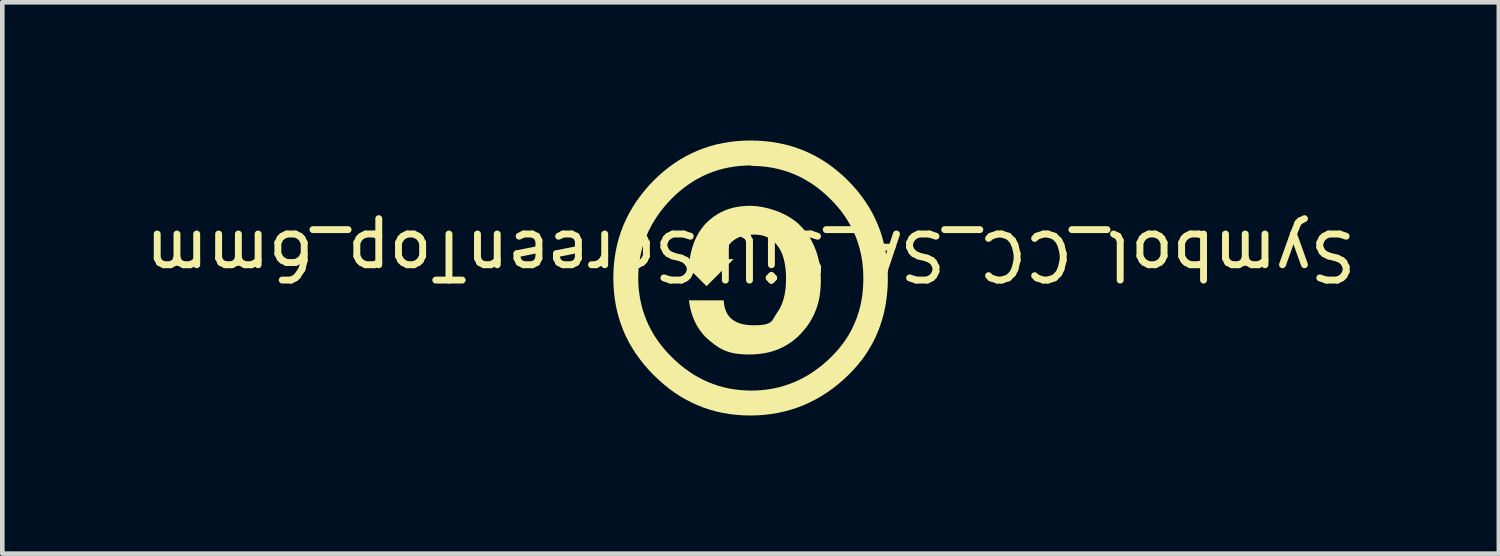
<source format=kicad_pcb>
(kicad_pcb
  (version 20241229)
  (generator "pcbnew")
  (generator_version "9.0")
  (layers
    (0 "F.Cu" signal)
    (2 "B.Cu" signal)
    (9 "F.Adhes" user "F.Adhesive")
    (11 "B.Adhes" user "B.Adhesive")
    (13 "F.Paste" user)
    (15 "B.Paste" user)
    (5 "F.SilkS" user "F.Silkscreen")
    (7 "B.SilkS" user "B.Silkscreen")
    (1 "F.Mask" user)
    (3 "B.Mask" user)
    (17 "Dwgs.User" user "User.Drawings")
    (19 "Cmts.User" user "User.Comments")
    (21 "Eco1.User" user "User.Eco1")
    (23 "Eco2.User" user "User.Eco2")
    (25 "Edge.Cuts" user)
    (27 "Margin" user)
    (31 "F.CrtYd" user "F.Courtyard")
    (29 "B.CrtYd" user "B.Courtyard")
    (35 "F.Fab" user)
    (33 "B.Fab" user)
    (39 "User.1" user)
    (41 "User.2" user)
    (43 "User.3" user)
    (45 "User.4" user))
  (footprint "Symbol_CC_SA_SilkScreenTop_6mm"
    (layer "F.Cu")
    (at 13.244 2.985)
    (property "Reference" "Symbol_CC_SA_SilkScreenTop_6mm" (at 0 -0.5 180) (unlocked yes) (layer "F.SilkS") (effects (font (size 1 1) (thickness 0.15))))
    (attr board_only exclude_from_pos_files exclude_from_bom allow_missing_courtyard)
    (fp_poly (pts (xy 0.151 -2.981) (xy 0.304 -2.971) (xy 0.453 -2.954) (xy 0.599 -2.93) (xy 0.742 -2.9) (xy 0.882 -2.863) (xy 1.018 -2.818) (xy 1.152 -2.768) (xy 1.282 -2.71) (xy 1.41 -2.646) (xy 1.534 -2.575) (xy 1.656 -2.497) (xy 1.774 -2.412) (xy 1.89 -2.32) (xy 2.003 -2.222) (xy 2.112 -2.117) (xy 2.217 -2.007) (xy 2.316 -1.895) (xy 2.407 -1.779) (xy 2.492 -1.66) (xy 2.57 -1.539) (xy 2.641 -1.414) (xy 2.705 -1.287) (xy 2.763 -1.156) (xy 2.814 -1.023) (xy 2.858 -0.886) (xy 2.895 -0.747) (xy 2.926 -0.604) (xy 2.949 -0.458) (xy 2.966 -0.308) (xy 2.976 -0.156) (xy 2.98 0) (xy 2.977 0.156) (xy 2.967 0.308) (xy 2.95 0.457) (xy 2.927 0.603) (xy 2.898 0.746) (xy 2.861 0.885) (xy 2.818 1.021) (xy 2.769 1.154) (xy 2.713 1.284) (xy 2.65 1.41) (xy 2.58 1.533) (xy 2.504 1.653) (xy 2.421 1.769) (xy 2.331 1.882) (xy 2.234 1.992) (xy 2.131 2.098) (xy 2.018 2.205) (xy 1.902 2.305) (xy 1.783 2.398) (xy 1.661 2.485) (xy 1.537 2.564) (xy 1.409 2.637) (xy 1.28 2.703) (xy 1.147 2.762) (xy 1.012 2.814) (xy 0.874 2.859) (xy 0.734 2.897) (xy 0.591 2.929) (xy 0.446 2.953) (xy 0.298 2.971) (xy 0.148 2.981) (xy -0.005 2.985) (xy -0.157 2.981) (xy -0.306 2.971) (xy -0.453 2.954) (xy -0.596 2.93) (xy -0.737 2.9) (xy -0.874 2.862) (xy -1.009 2.818) (xy -1.141 2.766) (xy -1.271 2.708) (xy -1.397 2.643) (xy -1.521 2.572) (xy -1.643 2.493) (xy -1.762 2.407) (xy -1.878 2.314) (xy -1.992 2.214) (xy -2.103 2.108) (xy -2.21 1.996) (xy -2.31 1.882) (xy -2.402 1.765) (xy -2.488 1.646) (xy -2.567 1.524) (xy -2.639 1.399) (xy -2.704 1.272) (xy -2.762 1.141) (xy -2.813 1.008) (xy -2.857 0.873) (xy -2.895 0.734) (xy -2.925 0.593) (xy -2.949 0.449) (xy -2.966 0.302) (xy -2.976 0.152) (xy -2.98 0) (xy -2.439 0) (xy -2.436 0.122) (xy -2.428 0.242) (xy -2.413 0.36) (xy -2.393 0.477) (xy -2.368 0.592) (xy -2.337 0.704) (xy -2.3 0.815) (xy -2.257 0.924) (xy -2.209 1.031) (xy -2.155 1.136) (xy -2.095 1.239) (xy -2.03 1.339) (xy -1.959 1.437) (xy -1.882 1.533) (xy -1.8 1.626) (xy -1.711 1.716) (xy -1.619 1.804) (xy -1.525 1.887) (xy -1.429 1.963) (xy -1.33 2.034) (xy -1.23 2.1) (xy -1.127 2.159) (xy -1.022 2.213) (xy -0.915 2.262) (xy -0.806 2.304) (xy -0.695 2.341) (xy -0.582 2.373) (xy -0.467 2.398) (xy -0.35 2.418) (xy -0.23 2.432) (xy -0.109 2.441) (xy 0.014 2.444) (xy 0.137 2.441) (xy 0.258 2.432) (xy 0.378 2.418) (xy 0.495 2.398) (xy 0.61 2.373) (xy 0.724 2.341) (xy 0.835 2.304) (xy 0.944 2.262) (xy 1.052 2.213) (xy 1.157 2.159) (xy 1.261 2.1) (xy 1.362 2.034) (xy 1.462 1.963) (xy 1.559 1.887) (xy 1.655 1.804) (xy 1.749 1.716) (xy 1.833 1.629) (xy 1.913 1.539) (xy 1.986 1.447) (xy 2.055 1.352) (xy 2.118 1.255) (xy 2.175 1.155) (xy 2.227 1.052) (xy 2.273 0.947) (xy 2.314 0.839) (xy 2.35 0.728) (xy 2.38 0.615) (xy 2.405 0.499) (xy 2.424 0.38) (xy 2.437 0.259) (xy 2.445 0.136) (xy 2.448 0.009) (xy 2.445 -0.117) (xy 2.437 -0.241) (xy 2.423 -0.363) (xy 2.403 -0.482) (xy 2.377 -0.599) (xy 2.346 -0.713) (xy 2.31 -0.825) (xy 2.268 -0.934) (xy 2.22 -1.041) (xy 2.166 -1.145) (xy 2.107 -1.246) (xy 2.043 -1.346) (xy 1.973 -1.442) (xy 1.897 -1.536) (xy 1.817 -1.627) (xy 1.73 -1.716) (xy 1.64 -1.803) (xy 1.547 -1.884) (xy 1.453 -1.959) (xy 1.356 -2.029) (xy 1.256 -2.093) (xy 1.155 -2.152) (xy 1.051 -2.206) (xy 0.944 -2.254) (xy 0.836 -2.296) (xy 0.724 -2.332) (xy 0.611 -2.363) (xy 0.495 -2.389) (xy 0.376 -2.409) (xy 0.255 -2.423) (xy 0.131 -2.431) (xy 0.005 -2.434) (xy 0.014 -2.444) (xy -0.112 -2.441) (xy -0.236 -2.432) (xy -0.357 -2.418) (xy -0.476 -2.398) (xy -0.592 -2.373) (xy -0.706 -2.342) (xy -0.817 -2.305) (xy -0.926 -2.263) (xy -1.032 -2.215) (xy -1.136 -2.162) (xy -1.238 -2.103) (xy -1.337 -2.038) (xy -1.434 -1.968) (xy -1.529 -1.893) (xy -1.621 -1.812) (xy -1.711 -1.725) (xy -1.8 -1.632) (xy -1.882 -1.536) (xy -1.959 -1.439) (xy -2.03 -1.339) (xy -2.095 -1.238) (xy -2.155 -1.134) (xy -2.209 -1.029) (xy -2.257 -0.922) (xy -2.3 -0.813) (xy -2.337 -0.702) (xy -2.368 -0.59) (xy -2.393 -0.476) (xy -2.413 -0.359) (xy -2.428 -0.241) (xy -2.436 -0.122) (xy -2.439 0) (xy -2.98 0) (xy -2.976 -0.152) (xy -2.966 -0.302) (xy -2.949 -0.449) (xy -2.925 -0.593) (xy -2.895 -0.734) (xy -2.857 -0.873) (xy -2.813 -1.009) (xy -2.762 -1.143) (xy -2.704 -1.273) (xy -2.639 -1.401) (xy -2.567 -1.527) (xy -2.488 -1.65) (xy -2.402 -1.77) (xy -2.31 -1.888) (xy -2.21 -2.004) (xy -2.103 -2.117) (xy -1.993 -2.222) (xy -1.881 -2.32) (xy -1.765 -2.412) (xy -1.647 -2.497) (xy -1.526 -2.575) (xy -1.401 -2.646) (xy -1.275 -2.71) (xy -1.145 -2.768) (xy -1.012 -2.818) (xy -0.877 -2.863) (xy -0.739 -2.9) (xy -0.597 -2.93) (xy -0.454 -2.954) (xy -0.307 -2.971) (xy -0.157 -2.981) (xy -0.005 -2.985)) (stroke (width -0.000001) (type solid)) (fill yes) (layer "F.SilkS"))
    (fp_poly (pts (xy 0.051 -1.565) (xy 0.119 -1.56) (xy 0.19 -1.551) (xy 0.263 -1.539) (xy 0.338 -1.523) (xy 0.414 -1.503) (xy 0.49 -1.48) (xy 0.567 -1.454) (xy 0.642 -1.424) (xy 0.717 -1.39) (xy 0.789 -1.352) (xy 0.86 -1.311) (xy 0.927 -1.266) (xy 0.991 -1.218) (xy 1.05 -1.166) (xy 1.105 -1.11) (xy 1.156 -1.053) (xy 1.204 -0.994) (xy 1.248 -0.932) (xy 1.289 -0.869) (xy 1.327 -0.803) (xy 1.361 -0.735) (xy 1.392 -0.665) (xy 1.42 -0.593) (xy 1.445 -0.519) (xy 1.466 -0.443) (xy 1.484 -0.365) (xy 1.499 -0.285) (xy 1.51 -0.203) (xy 1.518 -0.118) (xy 1.523 -0.032) (xy 1.525 0.056) (xy 1.523 0.144) (xy 1.518 0.229) (xy 1.51 0.312) (xy 1.499 0.393) (xy 1.484 0.471) (xy 1.465 0.547) (xy 1.444 0.621) (xy 1.419 0.692) (xy 1.39 0.762) (xy 1.359 0.83) (xy 1.323 0.896) (xy 1.285 0.961) (xy 1.243 1.024) (xy 1.197 1.085) (xy 1.148 1.145) (xy 1.096 1.203) (xy 1.041 1.259) (xy 0.984 1.311) (xy 0.924 1.36) (xy 0.863 1.404) (xy 0.8 1.446) (xy 0.735 1.483) (xy 0.668 1.517) (xy 0.599 1.547) (xy 0.528 1.574) (xy 0.455 1.597) (xy 0.381 1.616) (xy 0.304 1.632) (xy 0.225 1.644) (xy 0.144 1.653) (xy 0.061 1.658) (xy -0.023 1.66) (xy -0.106 1.659) (xy -0.182 1.655) (xy -0.252 1.649) (xy -0.318 1.641) (xy -0.378 1.63) (xy -0.435 1.617) (xy -0.488 1.601) (xy -0.539 1.583) (xy -0.586 1.563) (xy -0.632 1.54) (xy -0.677 1.515) (xy -0.721 1.487) (xy -0.765 1.457) (xy -0.809 1.424) (xy -0.9 1.352) (xy -0.944 1.313) (xy -0.987 1.271) (xy -1.027 1.228) (xy -1.064 1.183) (xy -1.1 1.135) (xy -1.133 1.086) (xy -1.164 1.035) (xy -1.193 0.982) (xy -1.219 0.926) (xy -1.243 0.869) (xy -1.265 0.81) (xy -1.284 0.749) (xy -1.301 0.686) (xy -1.316 0.621) (xy -1.328 0.554) (xy -1.338 0.485) (xy -0.583 0.485) (xy -0.581 0.519) (xy -0.577 0.551) (xy -0.572 0.582) (xy -0.567 0.613) (xy -0.56 0.642) (xy -0.552 0.67) (xy -0.542 0.697) (xy -0.532 0.723) (xy -0.52 0.748) (xy -0.508 0.772) (xy -0.494 0.794) (xy -0.479 0.816) (xy -0.463 0.837) (xy -0.445 0.856) (xy -0.427 0.874) (xy -0.407 0.892) (xy -0.386 0.908) (xy -0.364 0.923) (xy -0.341 0.938) (xy -0.316 0.951) (xy -0.291 0.963) (xy -0.264 0.974) (xy -0.236 0.984) (xy -0.206 0.993) (xy -0.176 1) (xy -0.145 1.007) (xy -0.112 1.013) (xy -0.078 1.018) (xy -0.043 1.021) (xy -0.006 1.024) (xy 0.07 1.026) (xy 0.143 1.025) (xy 0.207 1.022) (xy 0.262 1.016) (xy 0.309 1.009) (xy 0.329 1.004) (xy 0.348 0.999) (xy 0.366 0.993) (xy 0.382 0.987) (xy 0.396 0.98) (xy 0.41 0.973) (xy 0.422 0.965) (xy 0.434 0.957) (xy 0.444 0.948) (xy 0.454 0.939) (xy 0.472 0.919) (xy 0.488 0.897) (xy 0.503 0.872) (xy 0.534 0.818) (xy 0.553 0.788) (xy 0.574 0.755) (xy 0.597 0.721) (xy 0.619 0.686) (xy 0.64 0.649) (xy 0.659 0.61) (xy 0.677 0.57) (xy 0.693 0.529) (xy 0.707 0.485) (xy 0.72 0.441) (xy 0.732 0.394) (xy 0.742 0.347) (xy 0.75 0.297) (xy 0.757 0.247) (xy 0.763 0.194) (xy 0.766 0.14) (xy 0.769 0.085) (xy 0.769 0.028) (xy 0.769 -0.029) (xy 0.767 -0.085) (xy 0.763 -0.139) (xy 0.759 -0.192) (xy 0.753 -0.243) (xy 0.745 -0.293) (xy 0.737 -0.341) (xy 0.726 -0.387) (xy 0.715 -0.432) (xy 0.702 -0.474) (xy 0.687 -0.515) (xy 0.671 -0.554) (xy 0.654 -0.591) (xy 0.635 -0.626) (xy 0.614 -0.659) (xy 0.592 -0.69) (xy 0.569 -0.721) (xy 0.545 -0.749) (xy 0.519 -0.776) (xy 0.493 -0.8) (xy 0.465 -0.823) (xy 0.436 -0.844) (xy 0.406 -0.862) (xy 0.375 -0.879) (xy 0.343 -0.894) (xy 0.31 -0.907) (xy 0.276 -0.917) (xy 0.241 -0.926) (xy 0.204 -0.933) (xy 0.167 -0.938) (xy 0.128 -0.941) (xy 0.089 -0.942) (xy 0.015 -0.94) (xy -0.053 -0.934) (xy -0.118 -0.923) (xy -0.149 -0.917) (xy -0.179 -0.909) (xy -0.208 -0.9) (xy -0.235 -0.89) (xy -0.262 -0.879) (xy -0.288 -0.867) (xy -0.312 -0.854) (xy -0.336 -0.84) (xy -0.359 -0.825) (xy -0.38 -0.809) (xy -0.401 -0.792) (xy -0.42 -0.774) (xy -0.438 -0.755) (xy -0.456 -0.734) (xy -0.472 -0.713) (xy -0.487 -0.691) (xy -0.502 -0.667) (xy -0.515 -0.643) (xy -0.527 -0.618) (xy -0.538 -0.591) (xy -0.548 -0.564) (xy -0.557 -0.535) (xy -0.565 -0.505) (xy -0.572 -0.475) (xy -0.583 -0.41) (xy -0.368 -0.41) (xy -0.956 0.177) (xy -1.544 -0.41) (xy -1.31 -0.41) (xy -1.32 -0.42) (xy -1.308 -0.487) (xy -1.294 -0.553) (xy -1.278 -0.616) (xy -1.26 -0.678) (xy -1.24 -0.738) (xy -1.218 -0.796) (xy -1.193 -0.853) (xy -1.167 -0.907) (xy -1.138 -0.959) (xy -1.108 -1.01) (xy -1.075 -1.058) (xy -1.04 -1.104) (xy -1.004 -1.149) (xy -0.965 -1.191) (xy -0.924 -1.231) (xy -0.881 -1.268) (xy -0.835 -1.306) (xy -0.788 -1.34) (xy -0.74 -1.372) (xy -0.691 -1.402) (xy -0.64 -1.429) (xy -0.589 -1.453) (xy -0.536 -1.475) (xy -0.483 -1.495) (xy -0.428 -1.512) (xy -0.372 -1.527) (xy -0.315 -1.539) (xy -0.257 -1.549) (xy -0.198 -1.557) (xy -0.138 -1.562) (xy -0.076 -1.566) (xy -0.014 -1.567)) (stroke (width -0.000001) (type solid)) (fill yes) (layer "F.SilkS")))
  (gr_rect
    (start -3 -3)
    (end 29.488 8.969)
    (stroke (width 0.1) (type default))
    (fill no)
    (layer "Edge.Cuts")))
</source>
